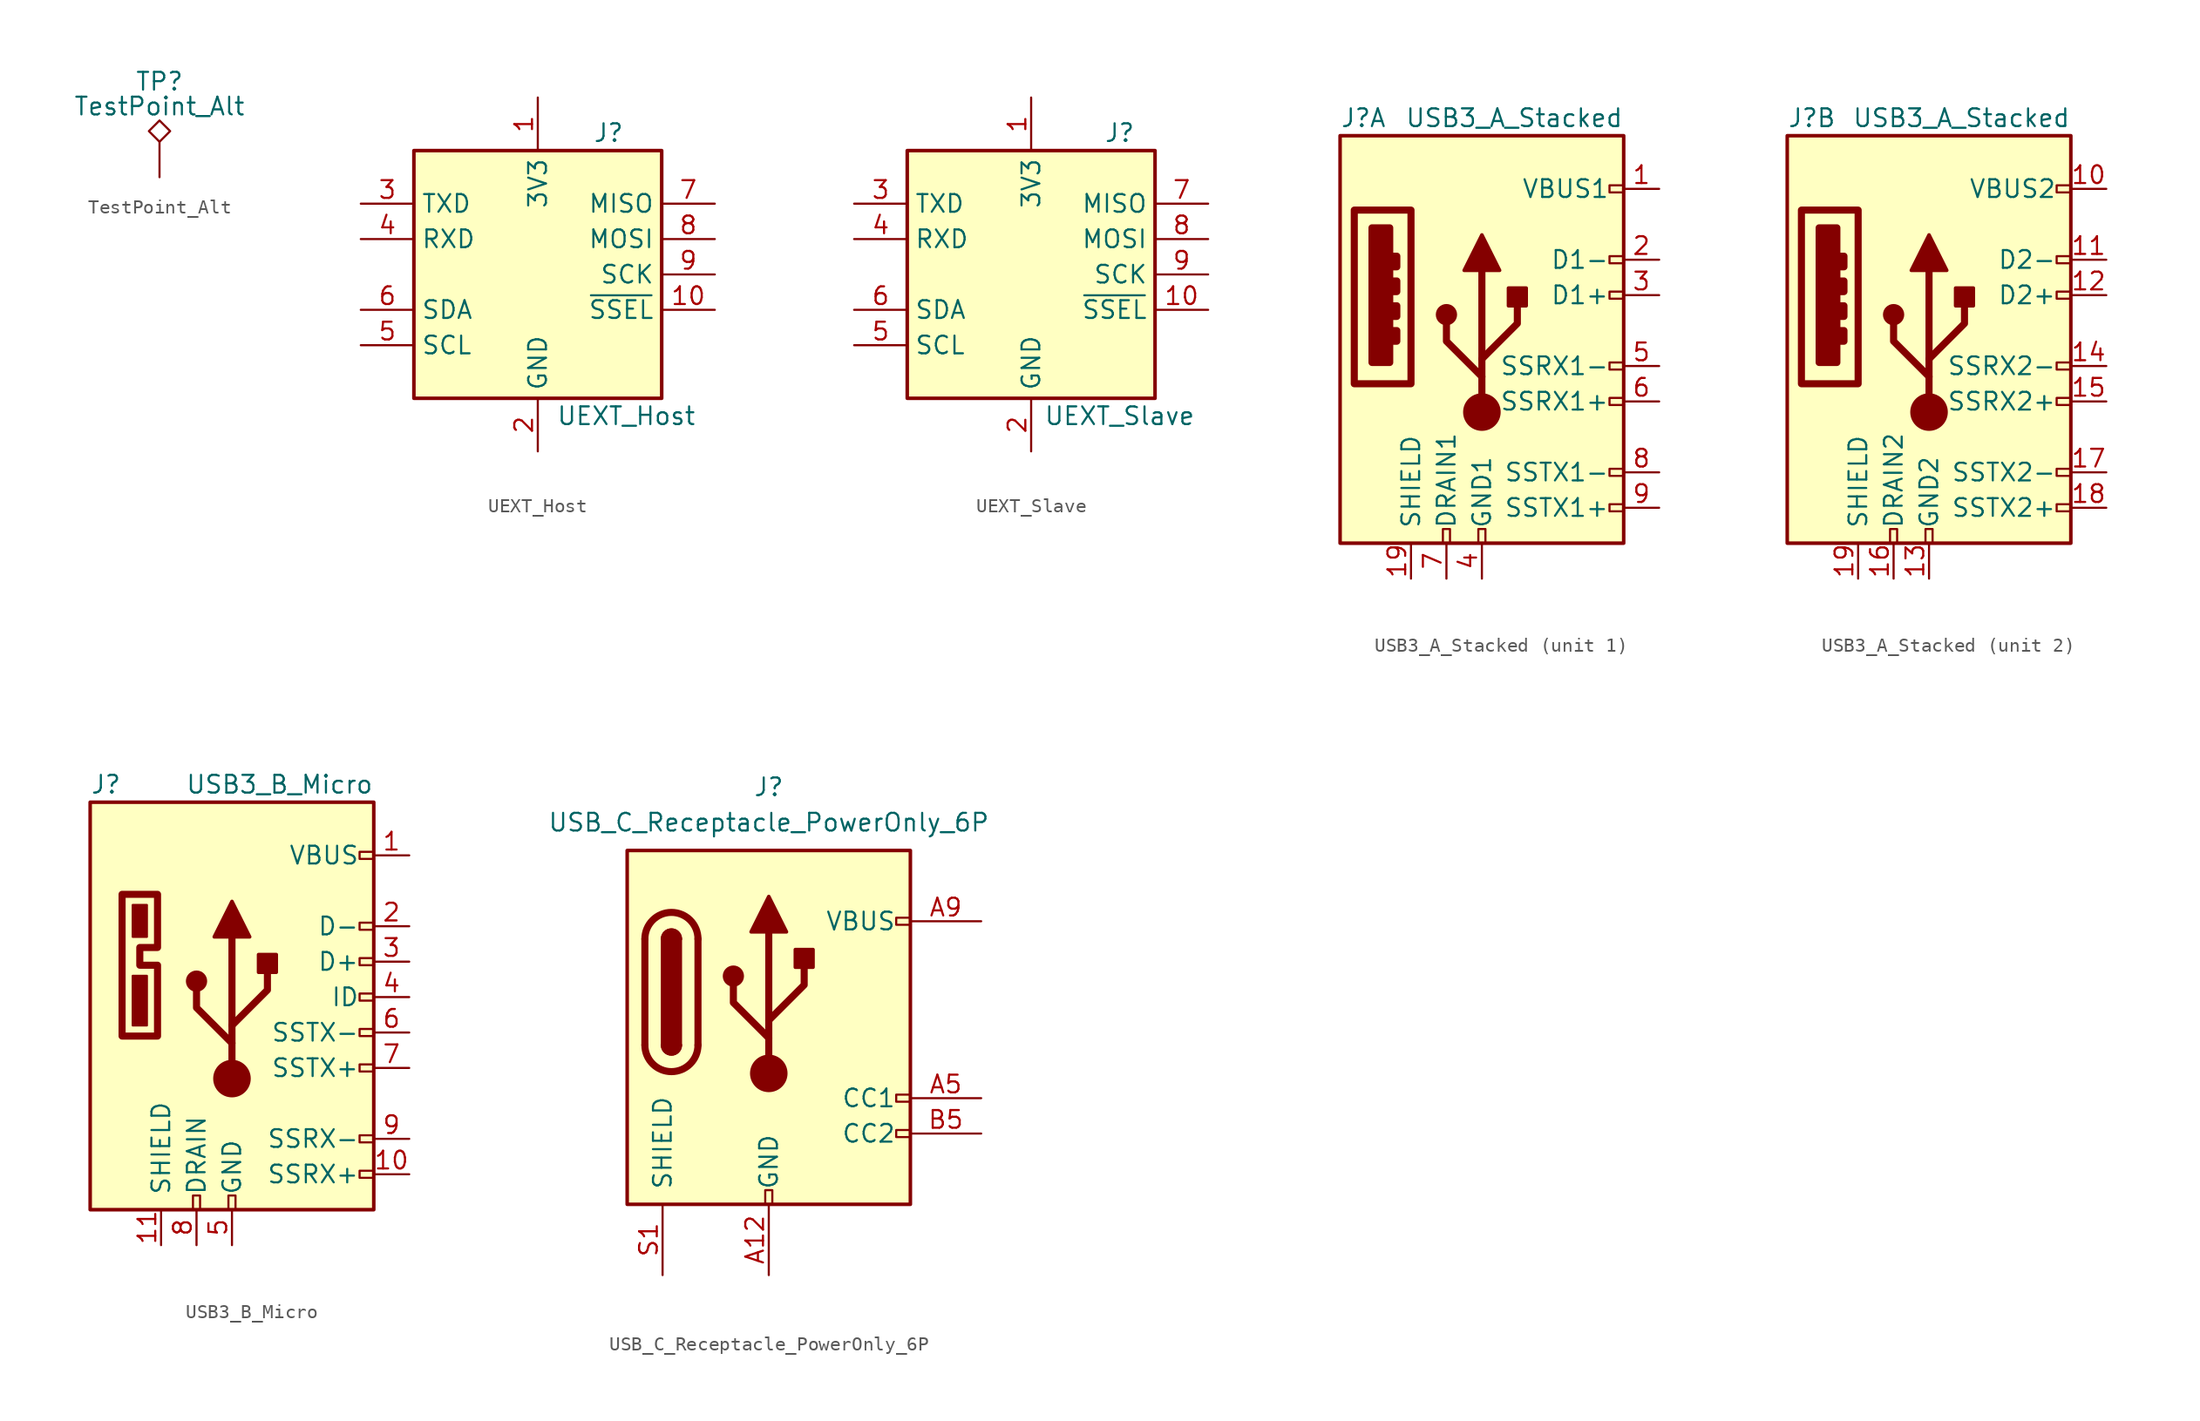
<source format=kicad_sym>
(kicad_symbol_lib
  (version 20220914)
  (generator kicad_symbol_editor)
  (symbol "TestPoint_Alt"
    (pin_numbers hide)
    (pin_names
      (offset 0.762) hide)
    (property "Reference" "TP"
      (at 0 6.858 0)
      (effects (font (size 1.27 1.27))))
    (property "Value" "TestPoint_Alt"
      (at 0 5.08 0)
      (effects (font (size 1.27 1.27))))
    (symbol "TestPoint_Alt_0_1"
      (polyline (pts (xy 0 2.54) (xy -0.762 3.302) (xy 0 4.064) (xy 0.762 3.302) (xy 0 2.54)) (stroke (width 0) (type default)) (fill (type none))))
    (symbol "TestPoint_Alt_1_1"
      (pin passive line (at 0 0 90) (length 2.54) (name "1" (effects (font (size 1.27 1.27)))) (number "1" (effects (font (size 1.27 1.27)))))))
  (symbol "UEXT_Host"
    (property "Reference" "J"
      (at 5.08 10.16 0)
      (effects (font (size 1.27 1.27))))
    (property "Value" "UEXT_Host"
      (at 6.35 -10.16 0)
      (effects (font (size 1.27 1.27))))
    (symbol "UEXT_Host_1_1"
      (rectangle (start -8.89 8.89) (end 8.89 -8.89) (stroke (width 0.254) (type default)) (fill (type background)))
      (pin power_in line (at 0 12.7 270) (length 3.81) (name "3V3" (effects (font (size 1.27 1.27)))) (number "1" (effects (font (size 1.27 1.27)))))
      (pin output line (at 12.7 -2.54 180) (length 3.81) (name "~{SSEL}" (effects (font (size 1.27 1.27)))) (number "10" (effects (font (size 1.27 1.27)))))
      (pin power_in line (at 0 -12.7 90) (length 3.81) (name "GND" (effects (font (size 1.27 1.27)))) (number "2" (effects (font (size 1.27 1.27)))))
      (pin output line (at -12.7 5.08 0) (length 3.81) (name "TXD" (effects (font (size 1.27 1.27)))) (number "3" (effects (font (size 1.27 1.27)))))
      (pin input line (at -12.7 2.54 0) (length 3.81) (name "RXD" (effects (font (size 1.27 1.27)))) (number "4" (effects (font (size 1.27 1.27)))))
      (pin output line (at -12.7 -5.08 0) (length 3.81) (name "SCL" (effects (font (size 1.27 1.27)))) (number "5" (effects (font (size 1.27 1.27)))))
      (pin bidirectional line (at -12.7 -2.54 0) (length 3.81) (name "SDA" (effects (font (size 1.27 1.27)))) (number "6" (effects (font (size 1.27 1.27)))))
      (pin output line (at 12.7 5.08 180) (length 3.81) (name "MISO" (effects (font (size 1.27 1.27)))) (number "7" (effects (font (size 1.27 1.27)))))
      (pin input line (at 12.7 2.54 180) (length 3.81) (name "MOSI" (effects (font (size 1.27 1.27)))) (number "8" (effects (font (size 1.27 1.27)))))
      (pin output line (at 12.7 0 180) (length 3.81) (name "SCK" (effects (font (size 1.27 1.27)))) (number "9" (effects (font (size 1.27 1.27)))))))
  (symbol "UEXT_Slave"
    (property "Reference" "J"
      (at 6.35 10.16 0)
      (effects (font (size 1.27 1.27))))
    (property "Value" "UEXT_Slave"
      (at 6.35 -10.16 0)
      (effects (font (size 1.27 1.27))))
    (symbol "UEXT_Slave_1_1"
      (rectangle (start -8.89 8.89) (end 8.89 -8.89) (stroke (width 0.254) (type default)) (fill (type background)))
      (pin power_out line (at 0 12.7 270) (length 3.81) (name "3V3" (effects (font (size 1.27 1.27)))) (number "1" (effects (font (size 1.27 1.27)))))
      (pin input line (at 12.7 -2.54 180) (length 3.81) (name "~{SSEL}" (effects (font (size 1.27 1.27)))) (number "10" (effects (font (size 1.27 1.27)))))
      (pin power_in line (at 0 -12.7 90) (length 3.81) (name "GND" (effects (font (size 1.27 1.27)))) (number "2" (effects (font (size 1.27 1.27)))))
      (pin input line (at -12.7 5.08 0) (length 3.81) (name "TXD" (effects (font (size 1.27 1.27)))) (number "3" (effects (font (size 1.27 1.27)))))
      (pin output line (at -12.7 2.54 0) (length 3.81) (name "RXD" (effects (font (size 1.27 1.27)))) (number "4" (effects (font (size 1.27 1.27)))))
      (pin input line (at -12.7 -5.08 0) (length 3.81) (name "SCL" (effects (font (size 1.27 1.27)))) (number "5" (effects (font (size 1.27 1.27)))))
      (pin bidirectional line (at -12.7 -2.54 0) (length 3.81) (name "SDA" (effects (font (size 1.27 1.27)))) (number "6" (effects (font (size 1.27 1.27)))))
      (pin input line (at 12.7 5.08 180) (length 3.81) (name "MISO" (effects (font (size 1.27 1.27)))) (number "7" (effects (font (size 1.27 1.27)))))
      (pin output line (at 12.7 2.54 180) (length 3.81) (name "MOSI" (effects (font (size 1.27 1.27)))) (number "8" (effects (font (size 1.27 1.27)))))
      (pin input line (at 12.7 0 180) (length 3.81) (name "SCK" (effects (font (size 1.27 1.27)))) (number "9" (effects (font (size 1.27 1.27)))))))
  (symbol "USB3_A_Stacked"
    (pin_names
      (offset 1.016))
    (property "Reference" "J"
      (at -10.16 15.24 0)
      (effects (font (size 1.27 1.27)) (justify left)))
    (property "Value" "USB3_A_Stacked"
      (at 10.16 15.24 0)
      (effects (font (size 1.27 1.27)) (justify right)))
    (symbol "USB3_A_Stacked_0_0"
      (rectangle (start -9.144 8.636) (end -5.08 -3.81) (stroke (width 0.508) (type default)) (fill (type none)))
      (rectangle (start -7.874 7.366) (end -6.604 -2.286) (stroke (width 0.508) (type default)) (fill (type outline)))
      (rectangle (start -6.35 0) (end -6.096 -0.762) (stroke (width 0.508) (type default)) (fill (type none)))
      (rectangle (start -6.35 1.778) (end -6.096 1.016) (stroke (width 0.508) (type default)) (fill (type none)))
      (rectangle (start -6.35 3.556) (end -6.096 2.794) (stroke (width 0.508) (type default)) (fill (type none)))
      (rectangle (start -6.35 5.334) (end -6.096 4.572) (stroke (width 0.508) (type default)) (fill (type none)))
      (rectangle (start -2.794 -15.24) (end -2.286 -14.224) (stroke (width 0) (type default)) (fill (type none)))
      (rectangle (start -0.254 -15.24) (end 0.254 -14.224) (stroke (width 0) (type default)) (fill (type none)))
      (rectangle (start 10.16 -12.446) (end 9.144 -12.954) (stroke (width 0) (type default)) (fill (type none)))
      (rectangle (start 10.16 -9.906) (end 9.144 -10.414) (stroke (width 0) (type default)) (fill (type none)))
      (rectangle (start 10.16 -4.826) (end 9.144 -5.334) (stroke (width 0) (type default)) (fill (type none)))
      (rectangle (start 10.16 -2.286) (end 9.144 -2.794) (stroke (width 0) (type default)) (fill (type none)))
      (rectangle (start 10.16 2.794) (end 9.144 2.286) (stroke (width 0) (type default)) (fill (type none)))
      (rectangle (start 10.16 5.334) (end 9.144 4.826) (stroke (width 0) (type default)) (fill (type none)))
      (rectangle (start 10.16 10.414) (end 9.144 9.906) (stroke (width 0) (type default)) (fill (type none))))
    (symbol "USB3_A_Stacked_0_1"
      (rectangle (start -10.16 13.97) (end 10.16 -15.24) (stroke (width 0.254) (type default)) (fill (type background)))
      (pin passive line (at -5.08 -17.78 90) (length 2.54) (name "SHIELD" (effects (font (size 1.27 1.27)))) (number "19" (effects (font (size 1.27 1.27))))))
    (symbol "USB3_A_Stacked_1_1"
      (circle (center -2.54 1.143) (radius 0.635) (stroke (width 0.254) (type default)) (fill (type outline)))
      (circle (center 0 -5.842) (radius 1.27) (stroke (width 0) (type default)) (fill (type outline)))
      (polyline (pts (xy 0 -5.842) (xy 0 4.318)) (stroke (width 0.508) (type default)) (fill (type none)))
      (polyline (pts (xy 0 -3.302) (xy -2.54 -0.762) (xy -2.54 0.508)) (stroke (width 0.508) (type default)) (fill (type none)))
      (polyline (pts (xy 0 -2.032) (xy 2.54 0.508) (xy 2.54 1.778)) (stroke (width 0.508) (type default)) (fill (type none)))
      (polyline (pts (xy -1.27 4.318) (xy 0 6.858) (xy 1.27 4.318) (xy -1.27 4.318)) (stroke (width 0.254) (type default)) (fill (type outline)))
      (rectangle (start 1.905 1.778) (end 3.175 3.048) (stroke (width 0.254) (type default)) (fill (type outline)))
      (pin power_in line (at 12.7 10.16 180) (length 2.54) (name "VBUS1" (effects (font (size 1.27 1.27)))) (number "1" (effects (font (size 1.27 1.27)))))
      (pin bidirectional line (at 12.7 5.08 180) (length 2.54) (name "D1-" (effects (font (size 1.27 1.27)))) (number "2" (effects (font (size 1.27 1.27)))))
      (pin bidirectional line (at 12.7 2.54 180) (length 2.54) (name "D1+" (effects (font (size 1.27 1.27)))) (number "3" (effects (font (size 1.27 1.27)))))
      (pin power_in line (at 0 -17.78 90) (length 2.54) (name "GND1" (effects (font (size 1.27 1.27)))) (number "4" (effects (font (size 1.27 1.27)))))
      (pin output line (at 12.7 -2.54 180) (length 2.54) (name "SSRX1-" (effects (font (size 1.27 1.27)))) (number "5" (effects (font (size 1.27 1.27)))))
      (pin output line (at 12.7 -5.08 180) (length 2.54) (name "SSRX1+" (effects (font (size 1.27 1.27)))) (number "6" (effects (font (size 1.27 1.27)))))
      (pin passive line (at -2.54 -17.78 90) (length 2.54) (name "DRAIN1" (effects (font (size 1.27 1.27)))) (number "7" (effects (font (size 1.27 1.27)))))
      (pin input line (at 12.7 -10.16 180) (length 2.54) (name "SSTX1-" (effects (font (size 1.27 1.27)))) (number "8" (effects (font (size 1.27 1.27)))))
      (pin input line (at 12.7 -12.7 180) (length 2.54) (name "SSTX1+" (effects (font (size 1.27 1.27)))) (number "9" (effects (font (size 1.27 1.27))))))
    (symbol "USB3_A_Stacked_2_1"
      (circle (center -2.54 1.143) (radius 0.635) (stroke (width 0.254) (type default)) (fill (type outline)))
      (circle (center 0 -5.842) (radius 1.27) (stroke (width 0) (type default)) (fill (type outline)))
      (polyline (pts (xy 0 -5.842) (xy 0 4.318)) (stroke (width 0.508) (type default)) (fill (type none)))
      (polyline (pts (xy 0 -3.302) (xy -2.54 -0.762) (xy -2.54 0.508)) (stroke (width 0.508) (type default)) (fill (type none)))
      (polyline (pts (xy 0 -2.032) (xy 2.54 0.508) (xy 2.54 1.778)) (stroke (width 0.508) (type default)) (fill (type none)))
      (polyline (pts (xy -1.27 4.318) (xy 0 6.858) (xy 1.27 4.318) (xy -1.27 4.318)) (stroke (width 0.254) (type default)) (fill (type outline)))
      (rectangle (start 1.905 1.778) (end 3.175 3.048) (stroke (width 0.254) (type default)) (fill (type outline)))
      (pin power_in line (at 12.7 10.16 180) (length 2.54) (name "VBUS2" (effects (font (size 1.27 1.27)))) (number "10" (effects (font (size 1.27 1.27)))))
      (pin bidirectional line (at 12.7 5.08 180) (length 2.54) (name "D2-" (effects (font (size 1.27 1.27)))) (number "11" (effects (font (size 1.27 1.27)))))
      (pin bidirectional line (at 12.7 2.54 180) (length 2.54) (name "D2+" (effects (font (size 1.27 1.27)))) (number "12" (effects (font (size 1.27 1.27)))))
      (pin power_in line (at 0 -17.78 90) (length 2.54) (name "GND2" (effects (font (size 1.27 1.27)))) (number "13" (effects (font (size 1.27 1.27)))))
      (pin output line (at 12.7 -2.54 180) (length 2.54) (name "SSRX2-" (effects (font (size 1.27 1.27)))) (number "14" (effects (font (size 1.27 1.27)))))
      (pin output line (at 12.7 -5.08 180) (length 2.54) (name "SSRX2+" (effects (font (size 1.27 1.27)))) (number "15" (effects (font (size 1.27 1.27)))))
      (pin passive line (at -2.54 -17.78 90) (length 2.54) (name "DRAIN2" (effects (font (size 1.27 1.27)))) (number "16" (effects (font (size 1.27 1.27)))))
      (pin input line (at 12.7 -10.16 180) (length 2.54) (name "SSTX2-" (effects (font (size 1.27 1.27)))) (number "17" (effects (font (size 1.27 1.27)))))
      (pin input line (at 12.7 -12.7 180) (length 2.54) (name "SSTX2+" (effects (font (size 1.27 1.27)))) (number "18" (effects (font (size 1.27 1.27)))))))
  (symbol "USB3_B_Micro"
    (pin_names
      (offset 1.016))
    (property "Reference" "J"
      (at -10.16 15.24 0)
      (effects (font (size 1.27 1.27)) (justify left)))
    (property "Value" "USB3_B_Micro"
      (at 10.16 15.24 0)
      (effects (font (size 1.27 1.27)) (justify right)))
    (symbol "USB3_B_Micro_0_0"
      (rectangle (start -2.794 -15.24) (end -2.286 -14.224) (stroke (width 0) (type default)) (fill (type none)))
      (rectangle (start -0.254 -15.24) (end 0.254 -14.224) (stroke (width 0) (type default)) (fill (type none)))
      (rectangle (start 10.16 -12.446) (end 9.144 -12.954) (stroke (width 0) (type default)) (fill (type none)))
      (rectangle (start 10.16 -9.906) (end 9.144 -10.414) (stroke (width 0) (type default)) (fill (type none)))
      (rectangle (start 10.16 -4.826) (end 9.144 -5.334) (stroke (width 0) (type default)) (fill (type none)))
      (rectangle (start 10.16 -2.286) (end 9.144 -2.794) (stroke (width 0) (type default)) (fill (type none)))
      (rectangle (start 10.16 0.254) (end 9.144 -0.254) (stroke (width 0) (type default)) (fill (type none)))
      (rectangle (start 10.16 2.794) (end 9.144 2.286) (stroke (width 0) (type default)) (fill (type none)))
      (rectangle (start 10.16 5.334) (end 9.144 4.826) (stroke (width 0) (type default)) (fill (type none)))
      (rectangle (start 10.16 10.414) (end 9.144 9.906) (stroke (width 0) (type default)) (fill (type none))))
    (symbol "USB3_B_Micro_0_1"
      (rectangle (start -10.16 13.97) (end 10.16 -15.24) (stroke (width 0.254) (type default)) (fill (type background)))
      (rectangle (start -7.112 1.524) (end -6.096 -2.032) (stroke (width 0) (type default)) (fill (type outline)))
      (rectangle (start -7.112 6.604) (end -6.096 4.318) (stroke (width 0) (type default)) (fill (type outline)))
      (polyline (pts (xy -7.874 7.366) (xy -7.874 -2.794) (xy -5.334 -2.794) (xy -5.334 2.286) (xy -6.604 2.286) (xy -6.604 3.556) (xy -5.334 3.556) (xy -5.334 7.366) (xy -7.874 7.366)) (stroke (width 0.508) (type default)) (fill (type none))))
    (symbol "USB3_B_Micro_1_1"
      (circle (center -2.54 1.143) (radius 0.635) (stroke (width 0.254) (type default)) (fill (type outline)))
      (circle (center 0 -5.842) (radius 1.27) (stroke (width 0) (type default)) (fill (type outline)))
      (polyline (pts (xy 0 -5.842) (xy 0 4.318)) (stroke (width 0.508) (type default)) (fill (type none)))
      (polyline (pts (xy 0 -3.302) (xy -2.54 -0.762) (xy -2.54 0.508)) (stroke (width 0.508) (type default)) (fill (type none)))
      (polyline (pts (xy 0 -2.032) (xy 2.54 0.508) (xy 2.54 1.778)) (stroke (width 0.508) (type default)) (fill (type none)))
      (polyline (pts (xy -1.27 4.318) (xy 0 6.858) (xy 1.27 4.318) (xy -1.27 4.318)) (stroke (width 0.254) (type default)) (fill (type outline)))
      (rectangle (start 1.905 1.778) (end 3.175 3.048) (stroke (width 0.254) (type default)) (fill (type outline)))
      (pin power_out line (at 12.7 10.16 180) (length 2.54) (name "VBUS" (effects (font (size 1.27 1.27)))) (number "1" (effects (font (size 1.27 1.27)))))
      (pin input line (at 12.7 -12.7 180) (length 2.54) (name "SSRX+" (effects (font (size 1.27 1.27)))) (number "10" (effects (font (size 1.27 1.27)))))
      (pin passive line (at -5.08 -17.78 90) (length 2.54) (name "SHIELD" (effects (font (size 1.27 1.27)))) (number "11" (effects (font (size 1.27 1.27)))))
      (pin bidirectional line (at 12.7 5.08 180) (length 2.54) (name "D-" (effects (font (size 1.27 1.27)))) (number "2" (effects (font (size 1.27 1.27)))))
      (pin bidirectional line (at 12.7 2.54 180) (length 2.54) (name "D+" (effects (font (size 1.27 1.27)))) (number "3" (effects (font (size 1.27 1.27)))))
      (pin passive line (at 12.7 0 180) (length 2.54) (name "ID" (effects (font (size 1.27 1.27)))) (number "4" (effects (font (size 1.27 1.27)))))
      (pin power_out line (at 0 -17.78 90) (length 2.54) (name "GND" (effects (font (size 1.27 1.27)))) (number "5" (effects (font (size 1.27 1.27)))))
      (pin output line (at 12.7 -2.54 180) (length 2.54) (name "SSTX-" (effects (font (size 1.27 1.27)))) (number "6" (effects (font (size 1.27 1.27)))))
      (pin output line (at 12.7 -5.08 180) (length 2.54) (name "SSTX+" (effects (font (size 1.27 1.27)))) (number "7" (effects (font (size 1.27 1.27)))))
      (pin passive line (at -2.54 -17.78 90) (length 2.54) (name "DRAIN" (effects (font (size 1.27 1.27)))) (number "8" (effects (font (size 1.27 1.27)))))
      (pin input line (at 12.7 -10.16 180) (length 2.54) (name "SSRX-" (effects (font (size 1.27 1.27)))) (number "9" (effects (font (size 1.27 1.27)))))))
  (symbol "USB_C_Receptacle_PowerOnly_6P"
    (pin_names
      (offset 1.016))
    (property "Reference" "J"
      (at 0 16.51 0)
      (effects (font (size 1.27 1.27)) (justify bottom)))
    (property "Value" "USB_C_Receptacle_PowerOnly_6P"
      (at 0 13.97 0)
      (effects (font (size 1.27 1.27)) (justify bottom)))
    (symbol "USB_C_Receptacle_PowerOnly_6P_0_0"
      (rectangle (start -0.254 -12.7) (end 0.254 -11.684) (stroke (width 0) (type default)) (fill (type none)))
      (rectangle (start 10.16 -7.366) (end 9.144 -7.874) (stroke (width 0) (type default)) (fill (type none)))
      (rectangle (start 10.16 -4.826) (end 9.144 -5.334) (stroke (width 0) (type default)) (fill (type none)))
      (rectangle (start 10.16 7.874) (end 9.144 7.366) (stroke (width 0) (type default)) (fill (type none))))
    (symbol "USB_C_Receptacle_PowerOnly_6P_0_1"
      (rectangle (start -10.16 12.7) (end 10.16 -12.7) (stroke (width 0.254) (type default)) (fill (type background)))
      (arc (start -8.89 -1.27) (mid -6.985 -3.1667) (end -5.08 -1.27) (stroke (width 0.508) (type default)) (fill (type none)))
      (arc (start -7.62 -1.27) (mid -6.985 -1.9023) (end -6.35 -1.27) (stroke (width 0.254) (type default)) (fill (type none)))
      (arc (start -7.62 -1.27) (mid -6.985 -1.9023) (end -6.35 -1.27) (stroke (width 0.254) (type default)) (fill (type outline)))
      (rectangle (start -7.62 -1.27) (end -6.35 6.35) (stroke (width 0.254) (type default)) (fill (type outline)))
      (arc (start -6.35 6.35) (mid -6.985 6.9823) (end -7.62 6.35) (stroke (width 0.254) (type default)) (fill (type none)))
      (arc (start -6.35 6.35) (mid -6.985 6.9823) (end -7.62 6.35) (stroke (width 0.254) (type default)) (fill (type outline)))
      (arc (start -5.08 6.35) (mid -6.985 8.2467) (end -8.89 6.35) (stroke (width 0.508) (type default)) (fill (type none)))
      (circle (center -2.54 3.683) (radius 0.635) (stroke (width 0.254) (type default)) (fill (type outline)))
      (circle (center 0 -3.302) (radius 1.27) (stroke (width 0) (type default)) (fill (type outline)))
      (polyline (pts (xy -8.89 -1.27) (xy -8.89 6.35)) (stroke (width 0.508) (type default)) (fill (type none)))
      (polyline (pts (xy -5.08 6.35) (xy -5.08 -1.27)) (stroke (width 0.508) (type default)) (fill (type none)))
      (polyline (pts (xy 0 -3.302) (xy 0 6.858)) (stroke (width 0.508) (type default)) (fill (type none)))
      (polyline (pts (xy 0 -0.762) (xy -2.54 1.778) (xy -2.54 3.048)) (stroke (width 0.508) (type default)) (fill (type none)))
      (polyline (pts (xy 0 0.508) (xy 2.54 3.048) (xy 2.54 4.318)) (stroke (width 0.508) (type default)) (fill (type none)))
      (polyline (pts (xy -1.27 6.858) (xy 0 9.398) (xy 1.27 6.858) (xy -1.27 6.858)) (stroke (width 0.254) (type default)) (fill (type outline)))
      (rectangle (start 1.905 4.318) (end 3.175 5.588) (stroke (width 0.254) (type default)) (fill (type outline))))
    (symbol "USB_C_Receptacle_PowerOnly_6P_1_1"
      (pin passive line (at 0 -17.78 90) (length 5.08) (name "GND" (effects (font (size 1.27 1.27)))) (number "A12" (effects (font (size 1.27 1.27)))))
      (pin bidirectional line (at 15.24 -5.08 180) (length 5.08) (name "CC1" (effects (font (size 1.27 1.27)))) (number "A5" (effects (font (size 1.27 1.27)))))
      (pin passive line (at 15.24 7.62 180) (length 5.08) (name "VBUS" (effects (font (size 1.27 1.27)))) (number "A9" (effects (font (size 1.27 1.27)))))
      (pin passive line (at 0 -17.78 90) (length 5.08) hide (name "GND" (effects (font (size 1.27 1.27)))) (number "B12" (effects (font (size 1.27 1.27)))))
      (pin bidirectional line (at 15.24 -7.62 180) (length 5.08) (name "CC2" (effects (font (size 1.27 1.27)))) (number "B5" (effects (font (size 1.27 1.27)))))
      (pin passive line (at 15.24 7.62 180) (length 5.08) hide (name "VBUS" (effects (font (size 1.27 1.27)))) (number "B9" (effects (font (size 1.27 1.27)))))
      (pin passive line (at -7.62 -17.78 90) (length 5.08) (name "SHIELD" (effects (font (size 1.27 1.27)))) (number "S1" (effects (font (size 1.27 1.27))))))))
</source>
